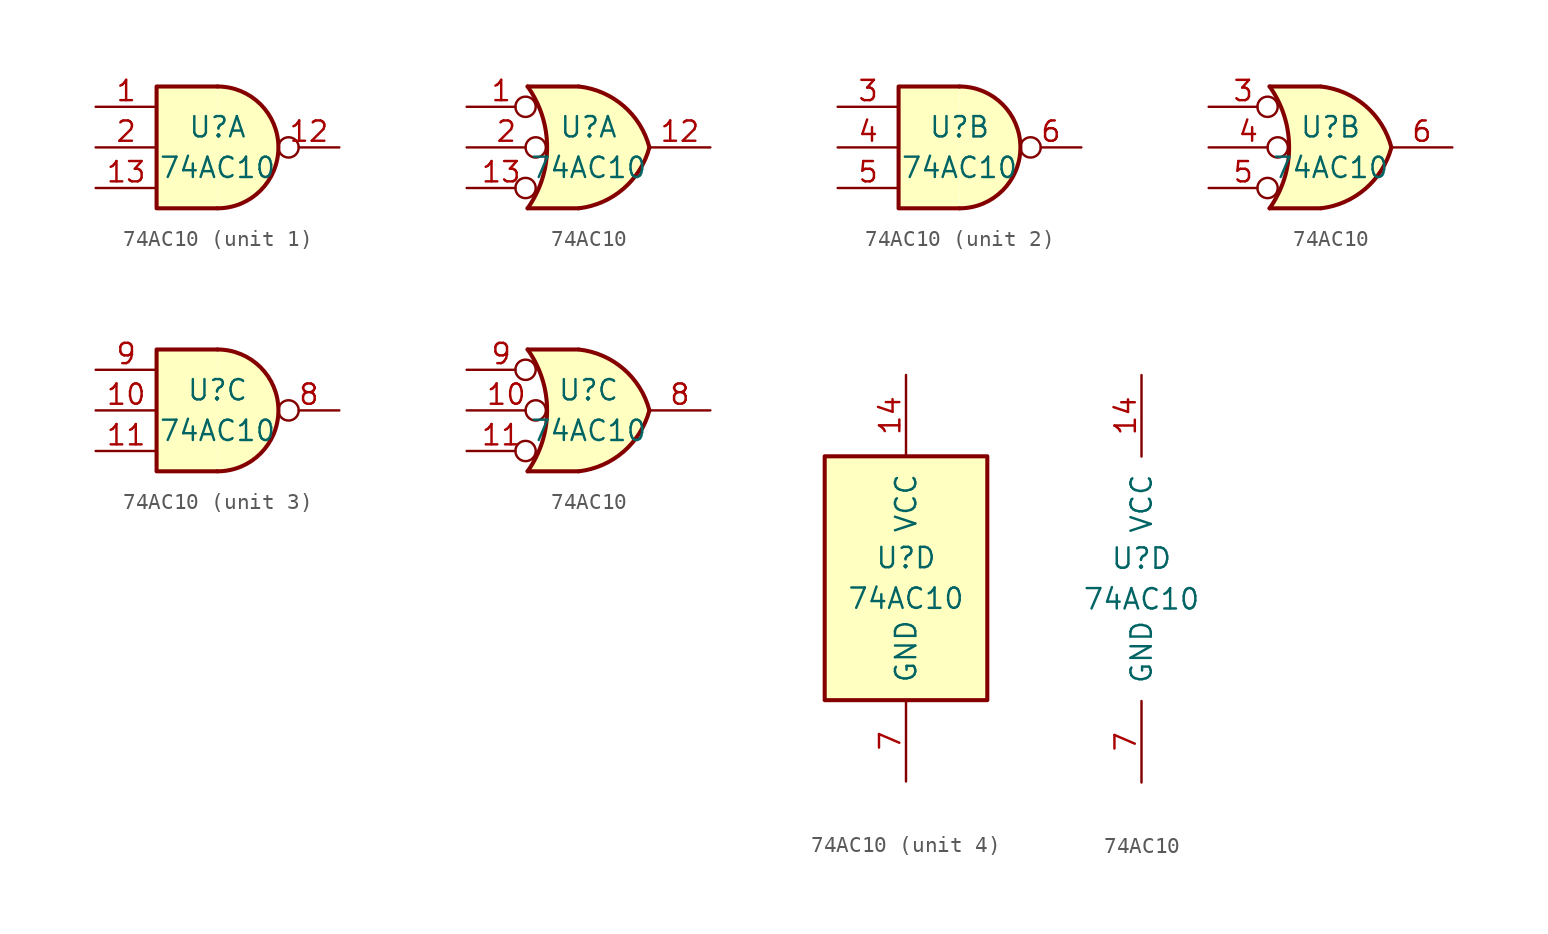
<source format=kicad_sym>
(kicad_symbol_lib
  (version 20211014)
  (generator kicad_symbol_editor)
  (symbol "74AC10"
    (pin_names
      (offset 1.016))
    (property "Reference" "U"
      (at 0 1.27 0)
      (effects (font (size 1.27 1.27))))
    (property "Value" "74AC10"
      (at 0 -1.27 0)
      (effects (font (size 1.27 1.27))))
    (property "ki_locked" ""
      (at 0 0 0)
      (effects (font (size 1.27 1.27))))
    (symbol "74AC10_1_1"
      (arc (start 0 -3.81) (mid 3.81 0) (end 0 3.81) (stroke (width 0.254) (type default) (color 0 0 0 0)) (fill (type background)))
      (polyline (pts (xy 0 3.81) (xy -3.81 3.81) (xy -3.81 -3.81) (xy 0 -3.81)) (stroke (width 0.254) (type default) (color 0 0 0 0)) (fill (type background)))
      (pin input line (at -7.62 2.54 0) (length 3.81) (name "~" (effects (font (size 1.27 1.27)))) (number "1" (effects (font (size 1.27 1.27)))))
      (pin output inverted (at 7.62 0 180) (length 3.81) (name "~" (effects (font (size 1.27 1.27)))) (number "12" (effects (font (size 1.27 1.27)))))
      (pin input line (at -7.62 -2.54 0) (length 3.81) (name "~" (effects (font (size 1.27 1.27)))) (number "13" (effects (font (size 1.27 1.27)))))
      (pin input line (at -7.62 0 0) (length 3.81) (name "~" (effects (font (size 1.27 1.27)))) (number "2" (effects (font (size 1.27 1.27))))))
    (symbol "74AC10_1_2"
      (arc (start -3.81 -3.81) (mid -2.589 0) (end -3.81 3.81) (stroke (width 0.254) (type default) (color 0 0 0 0)) (fill (type none)))
      (arc (start -0.6096 -3.81) (mid 2.1842 -2.5851) (end 3.81 0) (stroke (width 0.254) (type default) (color 0 0 0 0)) (fill (type background)))
      (polyline (pts (xy -3.81 -3.81) (xy -0.635 -3.81)) (stroke (width 0.254) (type default) (color 0 0 0 0)) (fill (type background)))
      (polyline (pts (xy -3.81 3.81) (xy -0.635 3.81)) (stroke (width 0.254) (type default) (color 0 0 0 0)) (fill (type background)))
      (polyline (pts (xy -0.635 3.81) (xy -3.81 3.81) (xy -3.81 3.81) (xy -3.556 3.404) (xy -3.023 2.261) (xy -2.692 1.041) (xy -2.616 -0.254) (xy -2.769 -1.499) (xy -3.175 -2.718) (xy -3.81 -3.81) (xy -3.81 -3.81) (xy -0.635 -3.81)) (stroke (width -25.4) (type default) (color 0 0 0 0)) (fill (type background)))
      (arc (start 3.81 0) (mid 2.1915 2.5936) (end -0.6096 3.81) (stroke (width 0.254) (type default) (color 0 0 0 0)) (fill (type background)))
      (pin input inverted (at -7.62 2.54 0) (length 4.318) (name "~" (effects (font (size 1.27 1.27)))) (number "1" (effects (font (size 1.27 1.27)))))
      (pin output line (at 7.62 0 180) (length 3.81) (name "~" (effects (font (size 1.27 1.27)))) (number "12" (effects (font (size 1.27 1.27)))))
      (pin input inverted (at -7.62 -2.54 0) (length 4.318) (name "~" (effects (font (size 1.27 1.27)))) (number "13" (effects (font (size 1.27 1.27)))))
      (pin input inverted (at -7.62 0 0) (length 4.953) (name "~" (effects (font (size 1.27 1.27)))) (number "2" (effects (font (size 1.27 1.27))))))
    (symbol "74AC10_2_1"
      (arc (start 0 -3.81) (mid 3.81 0) (end 0 3.81) (stroke (width 0.254) (type default) (color 0 0 0 0)) (fill (type background)))
      (polyline (pts (xy 0 3.81) (xy -3.81 3.81) (xy -3.81 -3.81) (xy 0 -3.81)) (stroke (width 0.254) (type default) (color 0 0 0 0)) (fill (type background)))
      (pin input line (at -7.62 2.54 0) (length 3.81) (name "~" (effects (font (size 1.27 1.27)))) (number "3" (effects (font (size 1.27 1.27)))))
      (pin input line (at -7.62 0 0) (length 3.81) (name "~" (effects (font (size 1.27 1.27)))) (number "4" (effects (font (size 1.27 1.27)))))
      (pin input line (at -7.62 -2.54 0) (length 3.81) (name "~" (effects (font (size 1.27 1.27)))) (number "5" (effects (font (size 1.27 1.27)))))
      (pin output inverted (at 7.62 0 180) (length 3.81) (name "~" (effects (font (size 1.27 1.27)))) (number "6" (effects (font (size 1.27 1.27))))))
    (symbol "74AC10_2_2"
      (arc (start -3.81 -3.81) (mid -2.589 0) (end -3.81 3.81) (stroke (width 0.254) (type default) (color 0 0 0 0)) (fill (type none)))
      (arc (start -0.6096 -3.81) (mid 2.1842 -2.5851) (end 3.81 0) (stroke (width 0.254) (type default) (color 0 0 0 0)) (fill (type background)))
      (polyline (pts (xy -3.81 -3.81) (xy -0.635 -3.81)) (stroke (width 0.254) (type default) (color 0 0 0 0)) (fill (type background)))
      (polyline (pts (xy -3.81 3.81) (xy -0.635 3.81)) (stroke (width 0.254) (type default) (color 0 0 0 0)) (fill (type background)))
      (polyline (pts (xy -0.635 3.81) (xy -3.81 3.81) (xy -3.81 3.81) (xy -3.556 3.404) (xy -3.023 2.261) (xy -2.692 1.041) (xy -2.616 -0.254) (xy -2.769 -1.499) (xy -3.175 -2.718) (xy -3.81 -3.81) (xy -3.81 -3.81) (xy -0.635 -3.81)) (stroke (width -25.4) (type default) (color 0 0 0 0)) (fill (type background)))
      (arc (start 3.81 0) (mid 2.1915 2.5936) (end -0.6096 3.81) (stroke (width 0.254) (type default) (color 0 0 0 0)) (fill (type background)))
      (pin input inverted (at -7.62 2.54 0) (length 4.318) (name "~" (effects (font (size 1.27 1.27)))) (number "3" (effects (font (size 1.27 1.27)))))
      (pin input inverted (at -7.62 0 0) (length 4.953) (name "~" (effects (font (size 1.27 1.27)))) (number "4" (effects (font (size 1.27 1.27)))))
      (pin input inverted (at -7.62 -2.54 0) (length 4.318) (name "~" (effects (font (size 1.27 1.27)))) (number "5" (effects (font (size 1.27 1.27)))))
      (pin output line (at 7.62 0 180) (length 3.81) (name "~" (effects (font (size 1.27 1.27)))) (number "6" (effects (font (size 1.27 1.27))))))
    (symbol "74AC10_3_1"
      (arc (start 0 -3.81) (mid 3.81 0) (end 0 3.81) (stroke (width 0.254) (type default) (color 0 0 0 0)) (fill (type background)))
      (polyline (pts (xy 0 3.81) (xy -3.81 3.81) (xy -3.81 -3.81) (xy 0 -3.81)) (stroke (width 0.254) (type default) (color 0 0 0 0)) (fill (type background)))
      (pin input line (at -7.62 0 0) (length 3.81) (name "~" (effects (font (size 1.27 1.27)))) (number "10" (effects (font (size 1.27 1.27)))))
      (pin input line (at -7.62 -2.54 0) (length 3.81) (name "~" (effects (font (size 1.27 1.27)))) (number "11" (effects (font (size 1.27 1.27)))))
      (pin output inverted (at 7.62 0 180) (length 3.81) (name "~" (effects (font (size 1.27 1.27)))) (number "8" (effects (font (size 1.27 1.27)))))
      (pin input line (at -7.62 2.54 0) (length 3.81) (name "~" (effects (font (size 1.27 1.27)))) (number "9" (effects (font (size 1.27 1.27))))))
    (symbol "74AC10_3_2"
      (arc (start -3.81 -3.81) (mid -2.589 0) (end -3.81 3.81) (stroke (width 0.254) (type default) (color 0 0 0 0)) (fill (type none)))
      (arc (start -0.6096 -3.81) (mid 2.1842 -2.5851) (end 3.81 0) (stroke (width 0.254) (type default) (color 0 0 0 0)) (fill (type background)))
      (polyline (pts (xy -3.81 -3.81) (xy -0.635 -3.81)) (stroke (width 0.254) (type default) (color 0 0 0 0)) (fill (type background)))
      (polyline (pts (xy -3.81 3.81) (xy -0.635 3.81)) (stroke (width 0.254) (type default) (color 0 0 0 0)) (fill (type background)))
      (polyline (pts (xy -0.635 3.81) (xy -3.81 3.81) (xy -3.81 3.81) (xy -3.556 3.404) (xy -3.023 2.261) (xy -2.692 1.041) (xy -2.616 -0.254) (xy -2.769 -1.499) (xy -3.175 -2.718) (xy -3.81 -3.81) (xy -3.81 -3.81) (xy -0.635 -3.81)) (stroke (width -25.4) (type default) (color 0 0 0 0)) (fill (type background)))
      (arc (start 3.81 0) (mid 2.1915 2.5936) (end -0.6096 3.81) (stroke (width 0.254) (type default) (color 0 0 0 0)) (fill (type background)))
      (pin input inverted (at -7.62 0 0) (length 4.953) (name "~" (effects (font (size 1.27 1.27)))) (number "10" (effects (font (size 1.27 1.27)))))
      (pin input inverted (at -7.62 -2.54 0) (length 4.318) (name "~" (effects (font (size 1.27 1.27)))) (number "11" (effects (font (size 1.27 1.27)))))
      (pin output line (at 7.62 0 180) (length 3.81) (name "~" (effects (font (size 1.27 1.27)))) (number "8" (effects (font (size 1.27 1.27)))))
      (pin input inverted (at -7.62 2.54 0) (length 4.318) (name "~" (effects (font (size 1.27 1.27)))) (number "9" (effects (font (size 1.27 1.27))))))
    (symbol "74AC10_4_0"
      (pin power_in line (at 0 12.7 270) (length 5.08) (name "VCC" (effects (font (size 1.27 1.27)))) (number "14" (effects (font (size 1.27 1.27)))))
      (pin power_in line (at 0 -12.7 90) (length 5.08) (name "GND" (effects (font (size 1.27 1.27)))) (number "7" (effects (font (size 1.27 1.27))))))
    (symbol "74AC10_4_1"
      (rectangle (start -5.08 7.62) (end 5.08 -7.62) (stroke (width 0.254) (type default) (color 0 0 0 0)) (fill (type background))))))
</source>
